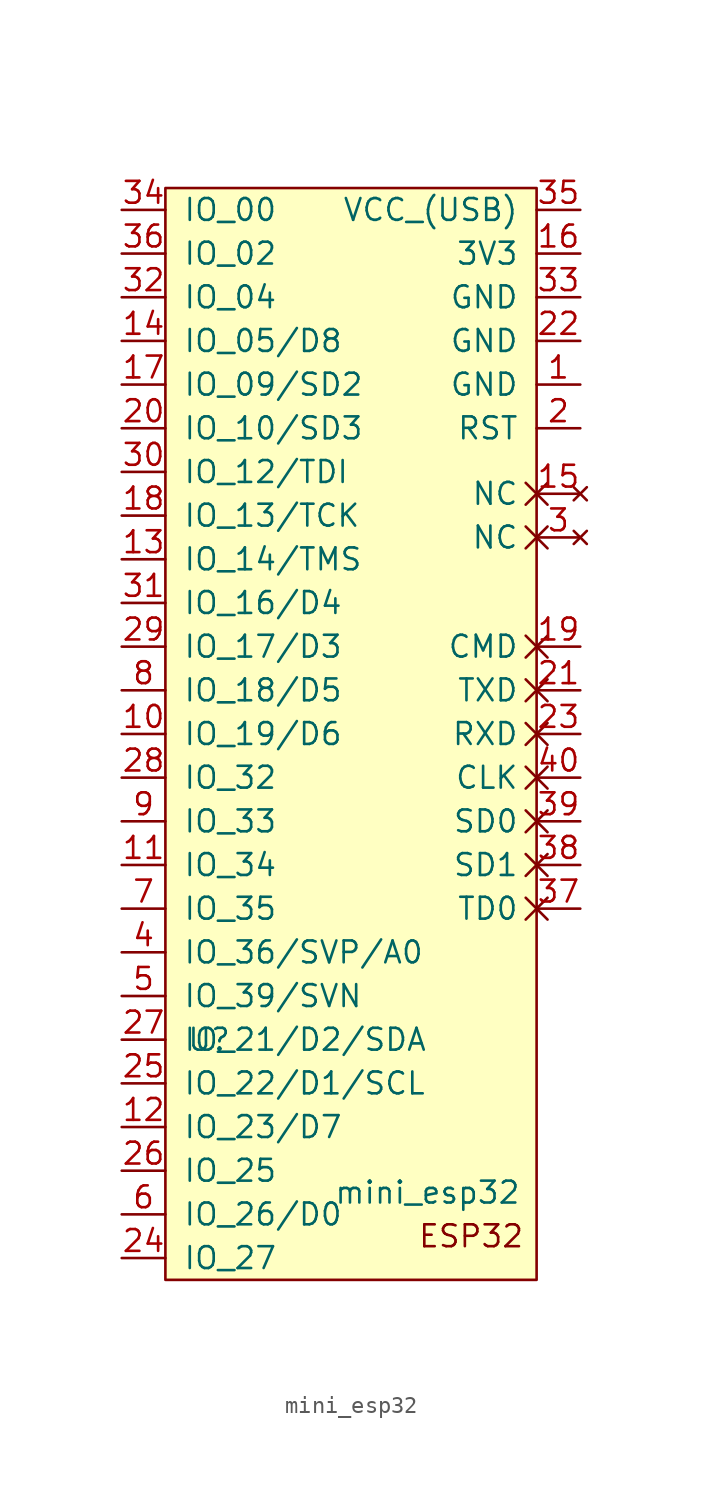
<source format=kicad_sym>
(kicad_symbol_lib
  (version 20211014)
  (generator kicad_symbol_editor)
  (symbol "mini_esp32"
    (pin_names
      (offset 1.016))
    (property "Reference" "U"
      (at -7.62 -50.8 0)
      (effects (font (size 1.27 1.27))))
    (property "Value" "mini_esp32"
      (at 5.08 -59.69 0)
      (effects (font (size 1.27 1.27))))
    (symbol "mini_esp32_0_0"
      (text "ESP32" (at 7.62 -62.23 0) (effects (font (size 1.27 1.27))))
      (pin power_in line (at 13.97 -12.7 180) (length 2.54) (name "GND" (effects (font (size 1.27 1.27)))) (number "1" (effects (font (size 1.27 1.27)))))
      (pin input line (at 13.97 -15.24 180) (length 2.54) (name "RST" (effects (font (size 1.27 1.27)))) (number "2" (effects (font (size 1.27 1.27)))))
      (pin no_connect non_logic (at 13.97 -21.59 180) (length 2.54) (name "NC" (effects (font (size 1.27 1.27)))) (number "3" (effects (font (size 1.27 1.27)))))
      (pin bidirectional line (at -12.7 -45.72 0) (length 2.54) (name "IO_36/SVP/A0" (effects (font (size 1.27 1.27)))) (number "4" (effects (font (size 1.27 1.27)))))
      (pin bidirectional line (at -12.7 -48.26 0) (length 2.54) (name "IO_39/SVN" (effects (font (size 1.27 1.27)))) (number "5" (effects (font (size 1.27 1.27))))))
    (symbol "mini_esp32_0_1"
      (rectangle (start -10.16 -1.27) (end 11.43 -64.77) (stroke (width 0) (type default) (color 0 0 0 0)) (fill (type background))))
    (symbol "mini_esp32_1_1"
      (pin bidirectional line (at -12.7 -33.02 0) (length 2.54) (name "IO_19/D6" (effects (font (size 1.27 1.27)))) (number "10" (effects (font (size 1.27 1.27)))))
      (pin bidirectional line (at -12.7 -40.64 0) (length 2.54) (name "IO_34" (effects (font (size 1.27 1.27)))) (number "11" (effects (font (size 1.27 1.27)))))
      (pin bidirectional line (at -12.7 -55.88 0) (length 2.54) (name "IO_23/D7" (effects (font (size 1.27 1.27)))) (number "12" (effects (font (size 1.27 1.27)))))
      (pin bidirectional line (at -12.7 -22.86 0) (length 2.54) (name "IO_14/TMS" (effects (font (size 1.27 1.27)))) (number "13" (effects (font (size 1.27 1.27)))))
      (pin bidirectional line (at -12.7 -10.16 0) (length 2.54) (name "IO_05/D8" (effects (font (size 1.27 1.27)))) (number "14" (effects (font (size 1.27 1.27)))))
      (pin no_connect non_logic (at 13.97 -19.05 180) (length 2.54) (name "NC" (effects (font (size 1.27 1.27)))) (number "15" (effects (font (size 1.27 1.27)))))
      (pin power_in line (at 13.97 -5.08 180) (length 2.54) (name "3V3" (effects (font (size 1.27 1.27)))) (number "16" (effects (font (size 1.27 1.27)))))
      (pin bidirectional line (at -12.7 -12.7 0) (length 2.54) (name "IO_09/SD2" (effects (font (size 1.27 1.27)))) (number "17" (effects (font (size 1.27 1.27)))))
      (pin bidirectional line (at -12.7 -20.32 0) (length 2.54) (name "IO_13/TCK" (effects (font (size 1.27 1.27)))) (number "18" (effects (font (size 1.27 1.27)))))
      (pin passive non_logic (at 13.97 -27.94 180) (length 2.54) (name "CMD" (effects (font (size 1.27 1.27)))) (number "19" (effects (font (size 1.27 1.27)))))
      (pin bidirectional line (at -12.7 -15.24 0) (length 2.54) (name "IO_10/SD3" (effects (font (size 1.27 1.27)))) (number "20" (effects (font (size 1.27 1.27)))))
      (pin passive non_logic (at 13.97 -30.48 180) (length 2.54) (name "TXD" (effects (font (size 1.27 1.27)))) (number "21" (effects (font (size 1.27 1.27)))))
      (pin power_in line (at 13.97 -10.16 180) (length 2.54) (name "GND" (effects (font (size 1.27 1.27)))) (number "22" (effects (font (size 1.27 1.27)))))
      (pin passive non_logic (at 13.97 -33.02 180) (length 2.54) (name "RXD" (effects (font (size 1.27 1.27)))) (number "23" (effects (font (size 1.27 1.27)))))
      (pin bidirectional line (at -12.7 -63.5 0) (length 2.54) (name "IO_27" (effects (font (size 1.27 1.27)))) (number "24" (effects (font (size 1.27 1.27)))))
      (pin bidirectional line (at -12.7 -53.34 0) (length 2.54) (name "IO_22/D1/SCL" (effects (font (size 1.27 1.27)))) (number "25" (effects (font (size 1.27 1.27)))))
      (pin bidirectional line (at -12.7 -58.42 0) (length 2.54) (name "IO_25" (effects (font (size 1.27 1.27)))) (number "26" (effects (font (size 1.27 1.27)))))
      (pin bidirectional line (at -12.7 -50.8 0) (length 2.54) (name "IO_21/D2/SDA" (effects (font (size 1.27 1.27)))) (number "27" (effects (font (size 1.27 1.27)))))
      (pin bidirectional line (at -12.7 -35.56 0) (length 2.54) (name "IO_32" (effects (font (size 1.27 1.27)))) (number "28" (effects (font (size 1.27 1.27)))))
      (pin bidirectional line (at -12.7 -27.94 0) (length 2.54) (name "IO_17/D3" (effects (font (size 1.27 1.27)))) (number "29" (effects (font (size 1.27 1.27)))))
      (pin bidirectional line (at -12.7 -17.78 0) (length 2.54) (name "IO_12/TDI" (effects (font (size 1.27 1.27)))) (number "30" (effects (font (size 1.27 1.27)))))
      (pin bidirectional line (at -12.7 -25.4 0) (length 2.54) (name "IO_16/D4" (effects (font (size 1.27 1.27)))) (number "31" (effects (font (size 1.27 1.27)))))
      (pin bidirectional line (at -12.7 -7.62 0) (length 2.54) (name "IO_04" (effects (font (size 1.27 1.27)))) (number "32" (effects (font (size 1.27 1.27)))))
      (pin power_in line (at 13.97 -7.62 180) (length 2.54) (name "GND" (effects (font (size 1.27 1.27)))) (number "33" (effects (font (size 1.27 1.27)))))
      (pin bidirectional line (at -12.7 -2.54 0) (length 2.54) (name "IO_00" (effects (font (size 1.27 1.27)))) (number "34" (effects (font (size 1.27 1.27)))))
      (pin power_in line (at 13.97 -2.54 180) (length 2.54) (name "VCC_(USB)" (effects (font (size 1.27 1.27)))) (number "35" (effects (font (size 1.27 1.27)))))
      (pin bidirectional line (at -12.7 -5.08 0) (length 2.54) (name "IO_02" (effects (font (size 1.27 1.27)))) (number "36" (effects (font (size 1.27 1.27)))))
      (pin passive non_logic (at 13.97 -43.18 180) (length 2.54) (name "TD0" (effects (font (size 1.27 1.27)))) (number "37" (effects (font (size 1.27 1.27)))))
      (pin passive non_logic (at 13.97 -40.64 180) (length 2.54) (name "SD1" (effects (font (size 1.27 1.27)))) (number "38" (effects (font (size 1.27 1.27)))))
      (pin passive non_logic (at 13.97 -38.1 180) (length 2.54) (name "SD0" (effects (font (size 1.27 1.27)))) (number "39" (effects (font (size 1.27 1.27)))))
      (pin passive non_logic (at 13.97 -35.56 180) (length 2.54) (name "CLK" (effects (font (size 1.27 1.27)))) (number "40" (effects (font (size 1.27 1.27)))))
      (pin bidirectional line (at -12.7 -60.96 0) (length 2.54) (name "IO_26/D0" (effects (font (size 1.27 1.27)))) (number "6" (effects (font (size 1.27 1.27)))))
      (pin bidirectional line (at -12.7 -43.18 0) (length 2.54) (name "IO_35" (effects (font (size 1.27 1.27)))) (number "7" (effects (font (size 1.27 1.27)))))
      (pin bidirectional line (at -12.7 -30.48 0) (length 2.54) (name "IO_18/D5" (effects (font (size 1.27 1.27)))) (number "8" (effects (font (size 1.27 1.27)))))
      (pin bidirectional line (at -12.7 -38.1 0) (length 2.54) (name "IO_33" (effects (font (size 1.27 1.27)))) (number "9" (effects (font (size 1.27 1.27))))))))
</source>
